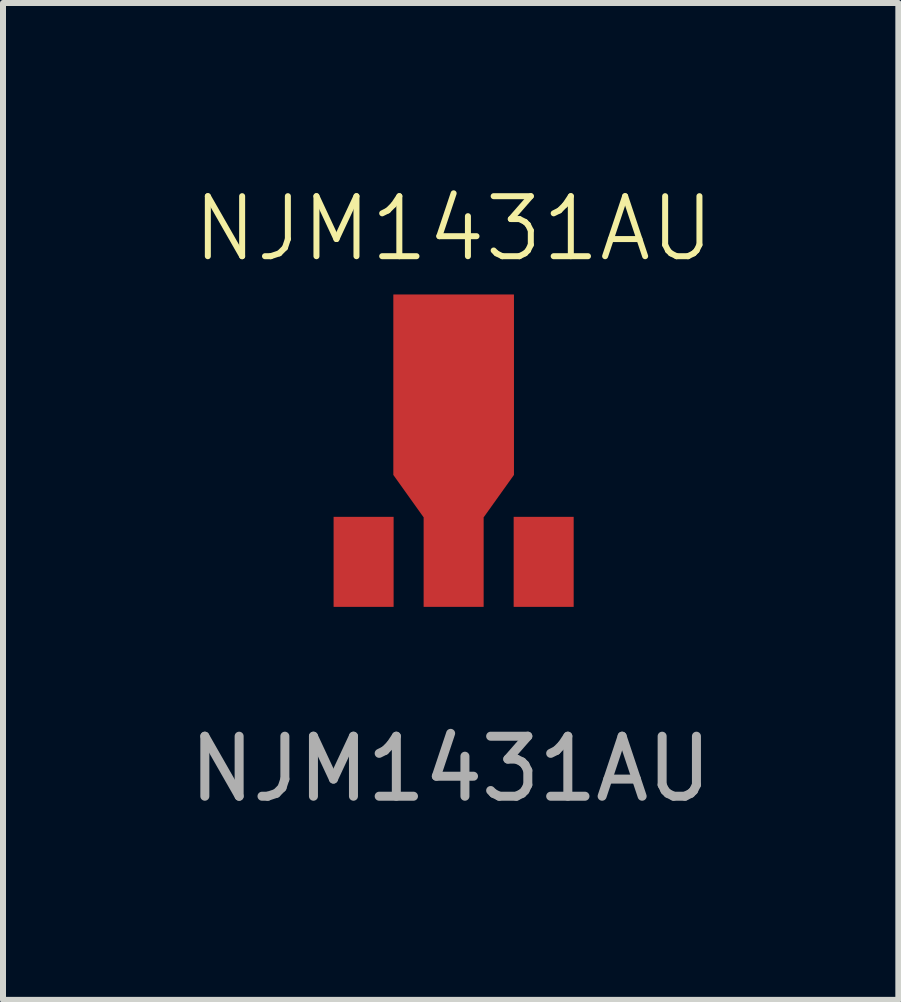
<source format=kicad_pcb>
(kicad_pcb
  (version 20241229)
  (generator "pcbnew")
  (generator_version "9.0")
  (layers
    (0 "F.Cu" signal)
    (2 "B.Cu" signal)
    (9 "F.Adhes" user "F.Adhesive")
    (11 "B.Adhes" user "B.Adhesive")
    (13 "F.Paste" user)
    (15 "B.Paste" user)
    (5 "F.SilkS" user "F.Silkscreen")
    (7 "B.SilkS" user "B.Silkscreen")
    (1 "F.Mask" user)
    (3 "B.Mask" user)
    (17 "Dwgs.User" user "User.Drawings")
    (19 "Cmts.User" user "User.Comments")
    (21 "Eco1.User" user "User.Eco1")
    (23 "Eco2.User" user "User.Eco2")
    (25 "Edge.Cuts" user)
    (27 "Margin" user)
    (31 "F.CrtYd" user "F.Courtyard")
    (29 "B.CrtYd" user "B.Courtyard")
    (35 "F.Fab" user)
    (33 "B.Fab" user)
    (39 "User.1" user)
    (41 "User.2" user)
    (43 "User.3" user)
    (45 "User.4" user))
  (footprint "NJM1431AU"
    (layer "F.Cu")
    (at 4.508 6.311)
    (property "Reference" "NJM1431AU" (at 0 -5.55 0) (unlocked yes) (layer "F.SilkS") (effects (font (size 1 1) (thickness 0.1))))
    (attr smd)
    (fp_text user "${REFERENCE}" (at -0.05 3.45 0) (unlocked yes) (layer "F.Fab") (effects (font (size 1 1) (thickness 0.15))))
    (pad "1" smd rect (at -1.5 0) (size 1 1.5) (layers "F.Cu" "F.Mask" "F.Paste"))
    (pad "2" smd custom (at 0 0) (size 1 1.5) (layers "F.Cu" "F.Mask" "F.Paste") (options (anchor rect)) (primitives (gr_poly (pts (xy 0.5 -0.75) (xy 1 -1.45) (xy 1 -4.45) (xy -1 -4.45) (xy -1 -1.45) (xy -0.5 -0.75)) (width 0.01) (fill yes))))
    (pad "3" smd rect (at 1.5 0) (size 1 1.5) (layers "F.Cu" "F.Mask" "F.Paste")))
  (gr_rect
    (start -3 -3)
    (end 11.917 13.609)
    (stroke (width 0.1) (type default))
    (fill no)
    (layer "Edge.Cuts")))
</source>
